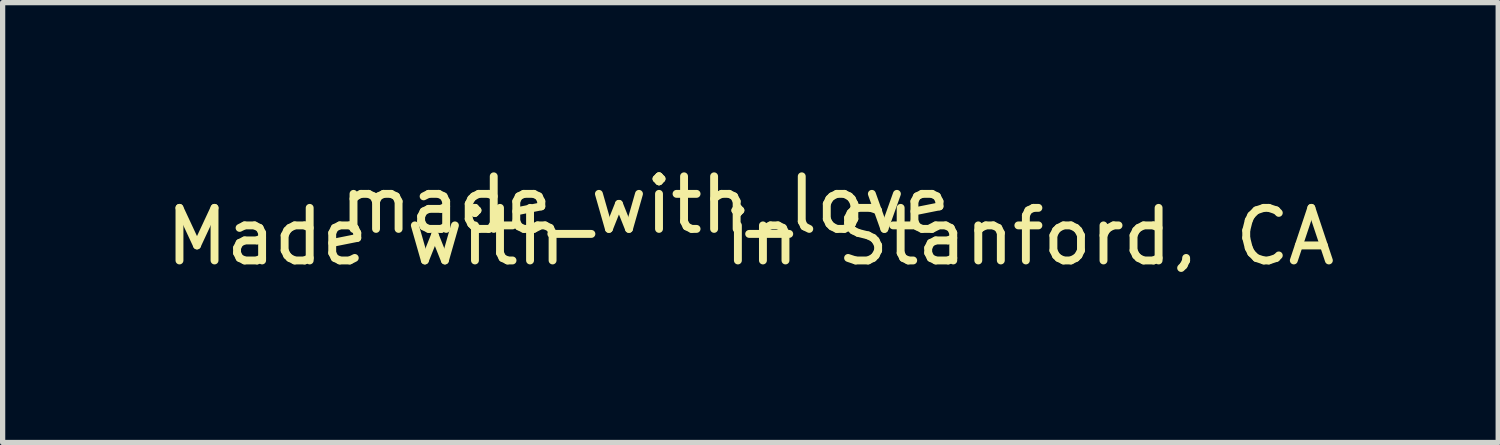
<source format=kicad_pcb>
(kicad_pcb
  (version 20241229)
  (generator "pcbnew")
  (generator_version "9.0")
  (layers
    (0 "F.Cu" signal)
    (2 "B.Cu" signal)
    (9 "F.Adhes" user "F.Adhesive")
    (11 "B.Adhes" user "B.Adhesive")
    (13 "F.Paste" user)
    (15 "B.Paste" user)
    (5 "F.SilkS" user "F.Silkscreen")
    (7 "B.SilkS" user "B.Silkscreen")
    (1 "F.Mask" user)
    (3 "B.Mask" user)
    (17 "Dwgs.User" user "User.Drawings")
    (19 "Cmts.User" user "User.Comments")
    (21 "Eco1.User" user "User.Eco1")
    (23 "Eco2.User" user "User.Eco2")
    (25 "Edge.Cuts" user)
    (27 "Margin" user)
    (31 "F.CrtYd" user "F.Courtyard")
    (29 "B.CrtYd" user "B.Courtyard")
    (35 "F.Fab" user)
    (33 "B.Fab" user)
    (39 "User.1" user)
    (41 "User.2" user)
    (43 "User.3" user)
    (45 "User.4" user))
  (footprint "made_with_love"
    (layer "F.Cu")
    (at 9.22 1.348)
    (property "Reference" "made_with_love" (at 0 -0.5 0) (unlocked yes) (layer "F.SilkS") (effects (font (size 1 1) (thickness 0.15))))
    (attr board_only exclude_from_pos_files exclude_from_bom)
    (fp_poly (pts (xy -0.395 -0.62) (xy -0.394 -0.619) (xy -0.35 -0.61) (xy -0.309 -0.597) (xy -0.27 -0.579) (xy -0.231 -0.556) (xy -0.191 -0.527) (xy -0.15 -0.492) (xy -0.107 -0.451) (xy -0.106 -0.45) (xy -0.074 -0.416) (xy -0.048 -0.385) (xy -0.026 -0.356) (xy -0.012 -0.333) (xy -0.005 -0.321) (xy 0.001 -0.315) (xy 0.004 -0.316) (xy 0.004 -0.319) (xy 0.006 -0.325) (xy 0.013 -0.335) (xy 0.022 -0.35) (xy 0.034 -0.366) (xy 0.046 -0.383) (xy 0.059 -0.4) (xy 0.062 -0.403) (xy 0.086 -0.431) (xy 0.114 -0.46) (xy 0.146 -0.489) (xy 0.178 -0.516) (xy 0.21 -0.541) (xy 0.24 -0.562) (xy 0.262 -0.575) (xy 0.317 -0.599) (xy 0.373 -0.615) (xy 0.43 -0.624) (xy 0.488 -0.625) (xy 0.545 -0.618) (xy 0.602 -0.604) (xy 0.656 -0.581) (xy 0.662 -0.579) (xy 0.714 -0.548) (xy 0.761 -0.511) (xy 0.803 -0.467) (xy 0.841 -0.419) (xy 0.872 -0.365) (xy 0.898 -0.308) (xy 0.917 -0.247) (xy 0.926 -0.205) (xy 0.929 -0.174) (xy 0.931 -0.138) (xy 0.93 -0.099) (xy 0.927 -0.061) (xy 0.922 -0.026) (xy 0.92 -0.014) (xy 0.903 0.047) (xy 0.879 0.111) (xy 0.849 0.177) (xy 0.812 0.244) (xy 0.769 0.311) (xy 0.763 0.32) (xy 0.736 0.358) (xy 0.71 0.392) (xy 0.687 0.421) (xy 0.678 0.431) (xy 0.669 0.442) (xy 0.656 0.456) (xy 0.643 0.472) (xy 0.639 0.476) (xy 0.612 0.506) (xy 0.58 0.54) (xy 0.545 0.576) (xy 0.508 0.613) (xy 0.471 0.648) (xy 0.436 0.681) (xy 0.419 0.697) (xy 0.387 0.725) (xy 0.356 0.751) (xy 0.325 0.777) (xy 0.293 0.803) (xy 0.259 0.83) (xy 0.222 0.858) (xy 0.181 0.889) (xy 0.135 0.924) (xy 0.108 0.944) (xy 0.096 0.952) (xy 0.081 0.963) (xy 0.064 0.975) (xy 0.046 0.986) (xy 0.03 0.997) (xy 0.016 1.007) (xy 0.006 1.013) (xy 0.000172 1.016) (xy -0.000227 1.016) (xy -0.004 1.014) (xy -0.013 1.008) (xy -0.027 0.999) (xy -0.043 0.989) (xy -0.045 0.987) (xy -0.132 0.927) (xy -0.218 0.863) (xy -0.302 0.796) (xy -0.383 0.727) (xy -0.461 0.657) (xy -0.534 0.587) (xy -0.602 0.517) (xy -0.664 0.448) (xy -0.719 0.38) (xy -0.73 0.365) (xy -0.782 0.291) (xy -0.826 0.219) (xy -0.863 0.148) (xy -0.892 0.078) (xy -0.913 0.01) (xy -0.926 -0.056) (xy -0.931 -0.121) (xy -0.93 -0.155) (xy -0.925 -0.209) (xy -0.914 -0.261) (xy -0.896 -0.312) (xy -0.874 -0.362) (xy -0.843 -0.415) (xy -0.807 -0.464) (xy -0.766 -0.506) (xy -0.721 -0.543) (xy -0.672 -0.573) (xy -0.62 -0.597) (xy -0.566 -0.614) (xy -0.51 -0.623) (xy -0.453 -0.625)) (stroke (width 0) (type solid)) (fill yes) (layer "F.Mask"))
    (fp_text user "Made with    in Stanford, CA" (at 2 0.1 0) (unlocked yes) (layer "F.SilkS") (effects (font (size 1 1) (thickness 0.15)))))
  (gr_rect
    (start -3 -3)
    (end 25.44 5.365)
    (stroke (width 0.1) (type default))
    (fill no)
    (layer "Edge.Cuts")))
</source>
